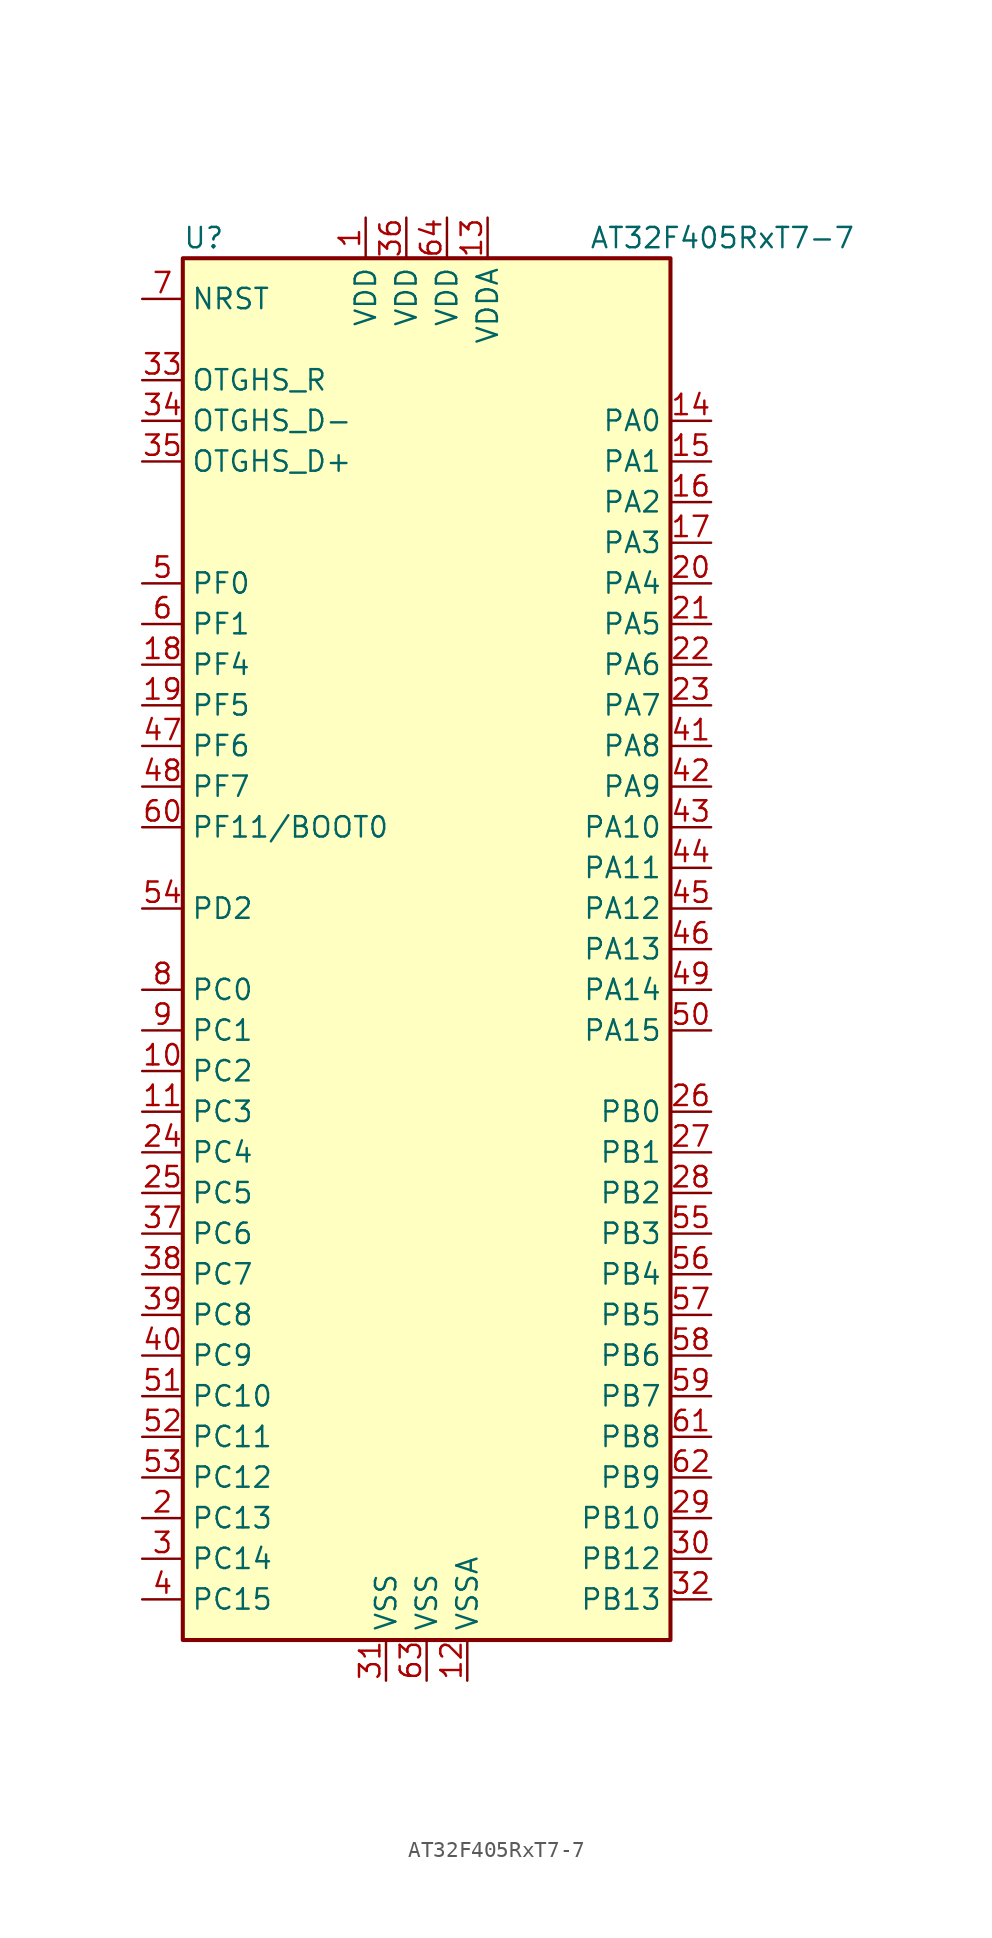
<source format=kicad_sym>
(kicad_symbol_lib
  (version 20220331)
  (generator kicad_symbol_editor)
  (symbol "AT32F405RxT7-7"
    (property "Reference" "U"
      (at -15.24 44.45 0)
      (effects (font (size 1.27 1.27)) (justify left)))
    (property "Value" "AT32F405RxT7-7"
      (at 10.16 44.45 0)
      (effects (font (size 1.27 1.27)) (justify left)))
    (symbol "AT32F405RxT7-7_0_1"
      (rectangle (start -15.24 -43.18) (end 15.24 43.18) (stroke (width 0.254) (type default)) (fill (type background))))
    (symbol "AT32F405RxT7-7_1_1"
      (pin power_in line (at -3.81 45.72 270) (length 2.54) (name "VDD" (effects (font (size 1.27 1.27)))) (number "1" (effects (font (size 1.27 1.27)))))
      (pin bidirectional line (at -17.78 -7.62 0) (length 2.54) (name "PC2" (effects (font (size 1.27 1.27)))) (number "10" (effects (font (size 1.27 1.27)))))
      (pin bidirectional line (at -17.78 -10.16 0) (length 2.54) (name "PC3" (effects (font (size 1.27 1.27)))) (number "11" (effects (font (size 1.27 1.27)))))
      (pin power_in line (at 2.54 -45.72 90) (length 2.54) (name "VSSA" (effects (font (size 1.27 1.27)))) (number "12" (effects (font (size 1.27 1.27)))))
      (pin power_in line (at 3.81 45.72 270) (length 2.54) (name "VDDA" (effects (font (size 1.27 1.27)))) (number "13" (effects (font (size 1.27 1.27)))))
      (pin bidirectional line (at 17.78 33.02 180) (length 2.54) (name "PA0" (effects (font (size 1.27 1.27)))) (number "14" (effects (font (size 1.27 1.27)))))
      (pin bidirectional line (at 17.78 30.48 180) (length 2.54) (name "PA1" (effects (font (size 1.27 1.27)))) (number "15" (effects (font (size 1.27 1.27)))))
      (pin bidirectional line (at 17.78 27.94 180) (length 2.54) (name "PA2" (effects (font (size 1.27 1.27)))) (number "16" (effects (font (size 1.27 1.27)))))
      (pin bidirectional line (at 17.78 25.4 180) (length 2.54) (name "PA3" (effects (font (size 1.27 1.27)))) (number "17" (effects (font (size 1.27 1.27)))))
      (pin bidirectional line (at -17.78 17.78 0) (length 2.54) (name "PF4" (effects (font (size 1.27 1.27)))) (number "18" (effects (font (size 1.27 1.27)))))
      (pin bidirectional line (at -17.78 15.24 0) (length 2.54) (name "PF5" (effects (font (size 1.27 1.27)))) (number "19" (effects (font (size 1.27 1.27)))))
      (pin bidirectional line (at -17.78 -35.56 0) (length 2.54) (name "PC13" (effects (font (size 1.27 1.27)))) (number "2" (effects (font (size 1.27 1.27)))))
      (pin bidirectional line (at 17.78 22.86 180) (length 2.54) (name "PA4" (effects (font (size 1.27 1.27)))) (number "20" (effects (font (size 1.27 1.27)))))
      (pin bidirectional line (at 17.78 20.32 180) (length 2.54) (name "PA5" (effects (font (size 1.27 1.27)))) (number "21" (effects (font (size 1.27 1.27)))))
      (pin bidirectional line (at 17.78 17.78 180) (length 2.54) (name "PA6" (effects (font (size 1.27 1.27)))) (number "22" (effects (font (size 1.27 1.27)))))
      (pin bidirectional line (at 17.78 15.24 180) (length 2.54) (name "PA7" (effects (font (size 1.27 1.27)))) (number "23" (effects (font (size 1.27 1.27)))))
      (pin bidirectional line (at -17.78 -12.7 0) (length 2.54) (name "PC4" (effects (font (size 1.27 1.27)))) (number "24" (effects (font (size 1.27 1.27)))))
      (pin bidirectional line (at -17.78 -15.24 0) (length 2.54) (name "PC5" (effects (font (size 1.27 1.27)))) (number "25" (effects (font (size 1.27 1.27)))))
      (pin bidirectional line (at 17.78 -10.16 180) (length 2.54) (name "PB0" (effects (font (size 1.27 1.27)))) (number "26" (effects (font (size 1.27 1.27)))))
      (pin bidirectional line (at 17.78 -12.7 180) (length 2.54) (name "PB1" (effects (font (size 1.27 1.27)))) (number "27" (effects (font (size 1.27 1.27)))))
      (pin bidirectional line (at 17.78 -15.24 180) (length 2.54) (name "PB2" (effects (font (size 1.27 1.27)))) (number "28" (effects (font (size 1.27 1.27)))))
      (pin bidirectional line (at 17.78 -35.56 180) (length 2.54) (name "PB10" (effects (font (size 1.27 1.27)))) (number "29" (effects (font (size 1.27 1.27)))))
      (pin bidirectional line (at -17.78 -38.1 0) (length 2.54) (name "PC14" (effects (font (size 1.27 1.27)))) (number "3" (effects (font (size 1.27 1.27)))))
      (pin bidirectional line (at 17.78 -38.1 180) (length 2.54) (name "PB12" (effects (font (size 1.27 1.27)))) (number "30" (effects (font (size 1.27 1.27)))))
      (pin power_in line (at -2.54 -45.72 90) (length 2.54) (name "VSS" (effects (font (size 1.27 1.27)))) (number "31" (effects (font (size 1.27 1.27)))))
      (pin bidirectional line (at 17.78 -40.64 180) (length 2.54) (name "PB13" (effects (font (size 1.27 1.27)))) (number "32" (effects (font (size 1.27 1.27)))))
      (pin input line (at -17.78 35.56 0) (length 2.54) (name "OTGHS_R" (effects (font (size 1.27 1.27)))) (number "33" (effects (font (size 1.27 1.27)))))
      (pin bidirectional line (at -17.78 33.02 0) (length 2.54) (name "OTGHS_D-" (effects (font (size 1.27 1.27)))) (number "34" (effects (font (size 1.27 1.27)))))
      (pin bidirectional line (at -17.78 30.48 0) (length 2.54) (name "OTGHS_D+" (effects (font (size 1.27 1.27)))) (number "35" (effects (font (size 1.27 1.27)))))
      (pin power_in line (at -1.27 45.72 270) (length 2.54) (name "VDD" (effects (font (size 1.27 1.27)))) (number "36" (effects (font (size 1.27 1.27)))))
      (pin bidirectional line (at -17.78 -17.78 0) (length 2.54) (name "PC6" (effects (font (size 1.27 1.27)))) (number "37" (effects (font (size 1.27 1.27)))))
      (pin bidirectional line (at -17.78 -20.32 0) (length 2.54) (name "PC7" (effects (font (size 1.27 1.27)))) (number "38" (effects (font (size 1.27 1.27)))))
      (pin bidirectional line (at -17.78 -22.86 0) (length 2.54) (name "PC8" (effects (font (size 1.27 1.27)))) (number "39" (effects (font (size 1.27 1.27)))))
      (pin bidirectional line (at -17.78 -40.64 0) (length 2.54) (name "PC15" (effects (font (size 1.27 1.27)))) (number "4" (effects (font (size 1.27 1.27)))))
      (pin bidirectional line (at -17.78 -25.4 0) (length 2.54) (name "PC9" (effects (font (size 1.27 1.27)))) (number "40" (effects (font (size 1.27 1.27)))))
      (pin bidirectional line (at 17.78 12.7 180) (length 2.54) (name "PA8" (effects (font (size 1.27 1.27)))) (number "41" (effects (font (size 1.27 1.27)))))
      (pin bidirectional line (at 17.78 10.16 180) (length 2.54) (name "PA9" (effects (font (size 1.27 1.27)))) (number "42" (effects (font (size 1.27 1.27)))))
      (pin bidirectional line (at 17.78 7.62 180) (length 2.54) (name "PA10" (effects (font (size 1.27 1.27)))) (number "43" (effects (font (size 1.27 1.27)))))
      (pin bidirectional line (at 17.78 5.08 180) (length 2.54) (name "PA11" (effects (font (size 1.27 1.27)))) (number "44" (effects (font (size 1.27 1.27)))))
      (pin bidirectional line (at 17.78 2.54 180) (length 2.54) (name "PA12" (effects (font (size 1.27 1.27)))) (number "45" (effects (font (size 1.27 1.27)))))
      (pin bidirectional line (at 17.78 0 180) (length 2.54) (name "PA13" (effects (font (size 1.27 1.27)))) (number "46" (effects (font (size 1.27 1.27)))))
      (pin bidirectional line (at -17.78 12.7 0) (length 2.54) (name "PF6" (effects (font (size 1.27 1.27)))) (number "47" (effects (font (size 1.27 1.27)))))
      (pin bidirectional line (at -17.78 10.16 0) (length 2.54) (name "PF7" (effects (font (size 1.27 1.27)))) (number "48" (effects (font (size 1.27 1.27)))))
      (pin bidirectional line (at 17.78 -2.54 180) (length 2.54) (name "PA14" (effects (font (size 1.27 1.27)))) (number "49" (effects (font (size 1.27 1.27)))))
      (pin input line (at -17.78 22.86 0) (length 2.54) (name "PF0" (effects (font (size 1.27 1.27)))) (number "5" (effects (font (size 1.27 1.27)))))
      (pin bidirectional line (at 17.78 -5.08 180) (length 2.54) (name "PA15" (effects (font (size 1.27 1.27)))) (number "50" (effects (font (size 1.27 1.27)))))
      (pin bidirectional line (at -17.78 -27.94 0) (length 2.54) (name "PC10" (effects (font (size 1.27 1.27)))) (number "51" (effects (font (size 1.27 1.27)))))
      (pin bidirectional line (at -17.78 -30.48 0) (length 2.54) (name "PC11" (effects (font (size 1.27 1.27)))) (number "52" (effects (font (size 1.27 1.27)))))
      (pin bidirectional line (at -17.78 -33.02 0) (length 2.54) (name "PC12" (effects (font (size 1.27 1.27)))) (number "53" (effects (font (size 1.27 1.27)))))
      (pin bidirectional line (at -17.78 2.54 0) (length 2.54) (name "PD2" (effects (font (size 1.27 1.27)))) (number "54" (effects (font (size 1.27 1.27)))))
      (pin bidirectional line (at 17.78 -17.78 180) (length 2.54) (name "PB3" (effects (font (size 1.27 1.27)))) (number "55" (effects (font (size 1.27 1.27)))))
      (pin bidirectional line (at 17.78 -20.32 180) (length 2.54) (name "PB4" (effects (font (size 1.27 1.27)))) (number "56" (effects (font (size 1.27 1.27)))))
      (pin bidirectional line (at 17.78 -22.86 180) (length 2.54) (name "PB5" (effects (font (size 1.27 1.27)))) (number "57" (effects (font (size 1.27 1.27)))))
      (pin bidirectional line (at 17.78 -25.4 180) (length 2.54) (name "PB6" (effects (font (size 1.27 1.27)))) (number "58" (effects (font (size 1.27 1.27)))))
      (pin bidirectional line (at 17.78 -27.94 180) (length 2.54) (name "PB7" (effects (font (size 1.27 1.27)))) (number "59" (effects (font (size 1.27 1.27)))))
      (pin input line (at -17.78 20.32 0) (length 2.54) (name "PF1" (effects (font (size 1.27 1.27)))) (number "6" (effects (font (size 1.27 1.27)))))
      (pin input line (at -17.78 7.62 0) (length 2.54) (name "PF11/BOOT0" (effects (font (size 1.27 1.27)))) (number "60" (effects (font (size 1.27 1.27)))))
      (pin bidirectional line (at 17.78 -30.48 180) (length 2.54) (name "PB8" (effects (font (size 1.27 1.27)))) (number "61" (effects (font (size 1.27 1.27)))))
      (pin bidirectional line (at 17.78 -33.02 180) (length 2.54) (name "PB9" (effects (font (size 1.27 1.27)))) (number "62" (effects (font (size 1.27 1.27)))))
      (pin power_in line (at 0 -45.72 90) (length 2.54) (name "VSS" (effects (font (size 1.27 1.27)))) (number "63" (effects (font (size 1.27 1.27)))))
      (pin power_in line (at 1.27 45.72 270) (length 2.54) (name "VDD" (effects (font (size 1.27 1.27)))) (number "64" (effects (font (size 1.27 1.27)))))
      (pin input line (at -17.78 40.64 0) (length 2.54) (name "NRST" (effects (font (size 1.27 1.27)))) (number "7" (effects (font (size 1.27 1.27)))))
      (pin bidirectional line (at -17.78 -2.54 0) (length 2.54) (name "PC0" (effects (font (size 1.27 1.27)))) (number "8" (effects (font (size 1.27 1.27)))))
      (pin bidirectional line (at -17.78 -5.08 0) (length 2.54) (name "PC1" (effects (font (size 1.27 1.27)))) (number "9" (effects (font (size 1.27 1.27))))))))
</source>
